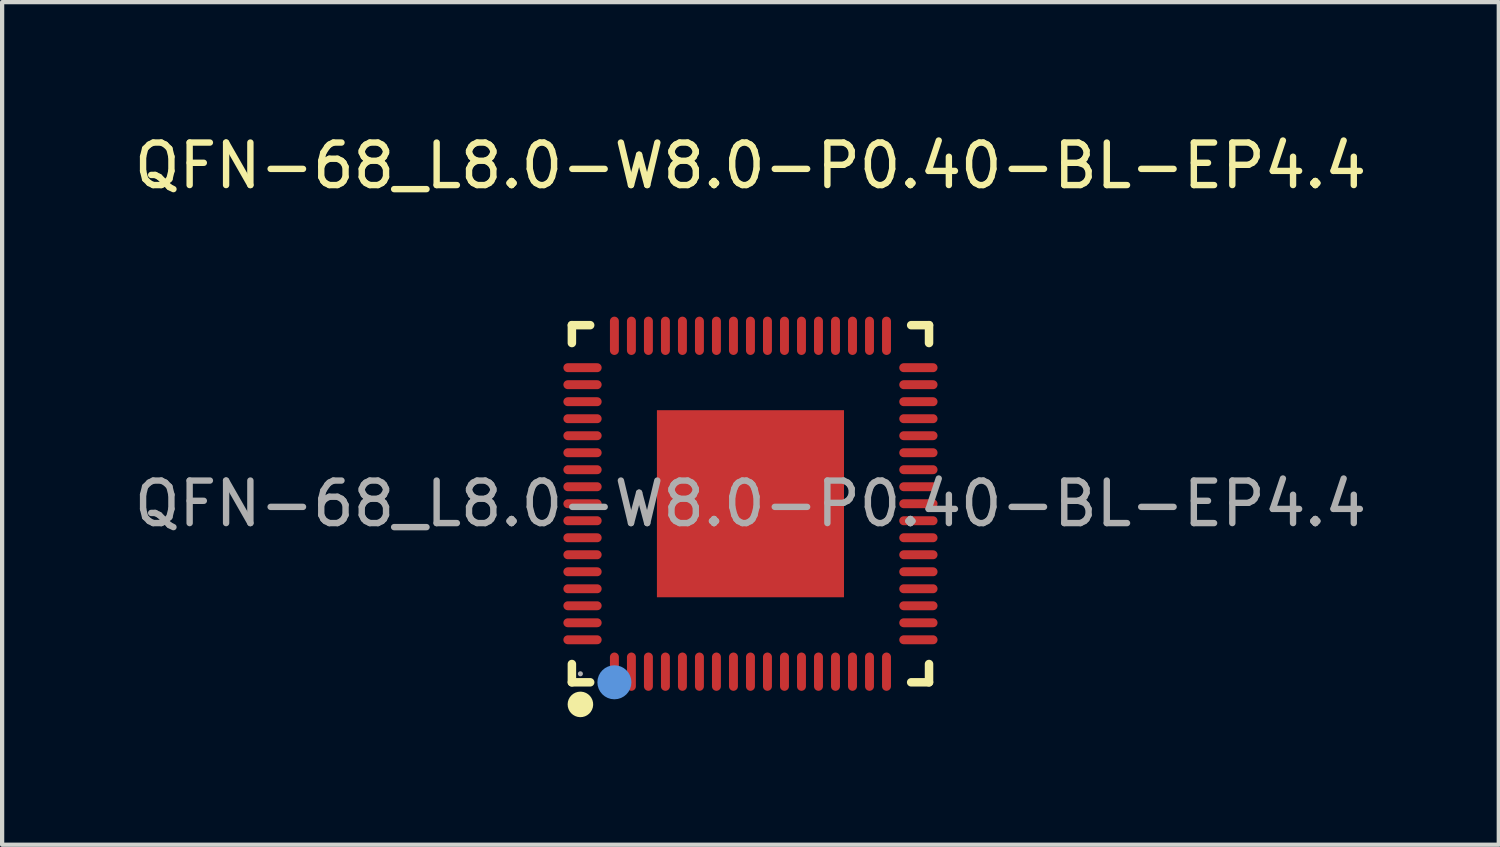
<source format=kicad_pcb>
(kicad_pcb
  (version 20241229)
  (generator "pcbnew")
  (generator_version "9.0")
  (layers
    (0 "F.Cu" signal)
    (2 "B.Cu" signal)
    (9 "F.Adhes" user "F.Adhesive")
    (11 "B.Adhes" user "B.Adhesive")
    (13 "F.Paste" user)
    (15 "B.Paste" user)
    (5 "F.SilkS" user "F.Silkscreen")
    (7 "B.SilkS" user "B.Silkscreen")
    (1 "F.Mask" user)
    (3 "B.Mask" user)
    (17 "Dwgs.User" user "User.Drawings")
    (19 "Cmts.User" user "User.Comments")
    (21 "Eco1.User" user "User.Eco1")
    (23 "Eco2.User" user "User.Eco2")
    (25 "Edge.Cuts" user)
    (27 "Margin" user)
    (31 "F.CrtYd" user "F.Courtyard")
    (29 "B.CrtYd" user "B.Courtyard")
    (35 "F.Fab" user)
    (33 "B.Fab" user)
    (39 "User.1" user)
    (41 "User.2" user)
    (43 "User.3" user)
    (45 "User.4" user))
  (footprint "QFN-68_L8.0-W8.0-P0.40-BL-EP4.4"
    (layer "F.Cu")
    (at 14.601 8.798)
    (property "Reference" "QFN-68_L8.0-W8.0-P0.40-BL-EP4.4" (at 0 -7.95 0) (layer "F.SilkS") (effects (font (size 1 1) (thickness 0.15))))
    (attr smd)
    (fp_line (start -4.2 -4.2) (end -4.2 -3.78) (stroke (width 0.2) (type solid)) (layer "F.SilkS"))
    (fp_line (start -4.2 4.2) (end -4.2 3.77) (stroke (width 0.2) (type solid)) (layer "F.SilkS"))
    (fp_line (start -3.77 -4.2) (end -4.2 -4.2) (stroke (width 0.2) (type solid)) (layer "F.SilkS"))
    (fp_line (start -3.77 4.2) (end -4.2 4.2) (stroke (width 0.2) (type solid)) (layer "F.SilkS"))
    (fp_line (start 3.78 4.2) (end 4.2 4.2) (stroke (width 0.2) (type solid)) (layer "F.SilkS"))
    (fp_line (start 4.2 -4.2) (end 3.78 -4.2) (stroke (width 0.2) (type solid)) (layer "F.SilkS"))
    (fp_line (start 4.2 -3.78) (end 4.2 -4.2) (stroke (width 0.2) (type solid)) (layer "F.SilkS"))
    (fp_line (start 4.2 4.2) (end 4.2 3.77) (stroke (width 0.2) (type solid)) (layer "F.SilkS"))
    (fp_arc (start -3.99 4.57) (mid -4.004995 4.87025) (end -4.000016 4.569667) (stroke (width 0.3) (type solid)) (layer "F.SilkS"))
    (fp_circle (center -3.2 4.2) (end -3 4.2) (stroke (width 0.4) (type solid)) (fill no) (layer "Cmts.User"))
    (fp_circle (center -4 4) (end -3.97 4) (stroke (width 0.06) (type solid)) (fill no) (layer "F.Fab"))
    (fp_text user "${REFERENCE}" (at 0 0 0) (layer "F.Fab") (effects (font (size 1 1) (thickness 0.15))))
    (pad "1" smd oval (at -3.2 3.95) (size 0.21 0.9) (layers "F.Cu" "F.Mask" "F.Paste"))
    (pad "2" smd oval (at -2.8 3.95) (size 0.21 0.9) (layers "F.Cu" "F.Mask" "F.Paste"))
    (pad "3" smd oval (at -2.4 3.95) (size 0.21 0.9) (layers "F.Cu" "F.Mask" "F.Paste"))
    (pad "4" smd oval (at -2 3.95) (size 0.21 0.9) (layers "F.Cu" "F.Mask" "F.Paste"))
    (pad "5" smd oval (at -1.6 3.95) (size 0.21 0.9) (layers "F.Cu" "F.Mask" "F.Paste"))
    (pad "6" smd oval (at -1.2 3.95) (size 0.21 0.9) (layers "F.Cu" "F.Mask" "F.Paste"))
    (pad "7" smd oval (at -0.8 3.95) (size 0.21 0.9) (layers "F.Cu" "F.Mask" "F.Paste"))
    (pad "8" smd oval (at -0.4 3.95) (size 0.21 0.9) (layers "F.Cu" "F.Mask" "F.Paste"))
    (pad "9" smd oval (at 0 3.95) (size 0.21 0.9) (layers "F.Cu" "F.Mask" "F.Paste"))
    (pad "10" smd oval (at 0.4 3.95) (size 0.21 0.9) (layers "F.Cu" "F.Mask" "F.Paste"))
    (pad "11" smd oval (at 0.8 3.95) (size 0.21 0.9) (layers "F.Cu" "F.Mask" "F.Paste"))
    (pad "12" smd oval (at 1.2 3.95) (size 0.21 0.9) (layers "F.Cu" "F.Mask" "F.Paste"))
    (pad "13" smd oval (at 1.6 3.95) (size 0.21 0.9) (layers "F.Cu" "F.Mask" "F.Paste"))
    (pad "14" smd oval (at 2 3.95) (size 0.21 0.9) (layers "F.Cu" "F.Mask" "F.Paste"))
    (pad "15" smd oval (at 2.4 3.95) (size 0.21 0.9) (layers "F.Cu" "F.Mask" "F.Paste"))
    (pad "16" smd oval (at 2.8 3.95) (size 0.21 0.9) (layers "F.Cu" "F.Mask" "F.Paste"))
    (pad "17" smd oval (at 3.2 3.95) (size 0.21 0.9) (layers "F.Cu" "F.Mask" "F.Paste"))
    (pad "18" smd oval (at 3.95 3.2 90) (size 0.21 0.9) (layers "F.Cu" "F.Mask" "F.Paste"))
    (pad "19" smd oval (at 3.95 2.8 90) (size 0.21 0.9) (layers "F.Cu" "F.Mask" "F.Paste"))
    (pad "20" smd oval (at 3.95 2.4 90) (size 0.21 0.9) (layers "F.Cu" "F.Mask" "F.Paste"))
    (pad "21" smd oval (at 3.95 2 90) (size 0.21 0.9) (layers "F.Cu" "F.Mask" "F.Paste"))
    (pad "22" smd oval (at 3.95 1.6 90) (size 0.21 0.9) (layers "F.Cu" "F.Mask" "F.Paste"))
    (pad "23" smd oval (at 3.95 1.2 90) (size 0.21 0.9) (layers "F.Cu" "F.Mask" "F.Paste"))
    (pad "24" smd oval (at 3.95 0.8 90) (size 0.21 0.9) (layers "F.Cu" "F.Mask" "F.Paste"))
    (pad "25" smd oval (at 3.95 0.4 90) (size 0.21 0.9) (layers "F.Cu" "F.Mask" "F.Paste"))
    (pad "26" smd oval (at 3.95 0 90) (size 0.21 0.9) (layers "F.Cu" "F.Mask" "F.Paste"))
    (pad "27" smd oval (at 3.95 -0.4 90) (size 0.21 0.9) (layers "F.Cu" "F.Mask" "F.Paste"))
    (pad "28" smd oval (at 3.95 -0.8 90) (size 0.21 0.9) (layers "F.Cu" "F.Mask" "F.Paste"))
    (pad "29" smd oval (at 3.95 -1.2 90) (size 0.21 0.9) (layers "F.Cu" "F.Mask" "F.Paste"))
    (pad "30" smd oval (at 3.95 -1.6 90) (size 0.21 0.9) (layers "F.Cu" "F.Mask" "F.Paste"))
    (pad "31" smd oval (at 3.95 -2 90) (size 0.21 0.9) (layers "F.Cu" "F.Mask" "F.Paste"))
    (pad "32" smd oval (at 3.95 -2.4 90) (size 0.21 0.9) (layers "F.Cu" "F.Mask" "F.Paste"))
    (pad "33" smd oval (at 3.95 -2.8 90) (size 0.21 0.9) (layers "F.Cu" "F.Mask" "F.Paste"))
    (pad "34" smd oval (at 3.95 -3.2 90) (size 0.21 0.9) (layers "F.Cu" "F.Mask" "F.Paste"))
    (pad "35" smd oval (at 3.2 -3.95 180) (size 0.21 0.9) (layers "F.Cu" "F.Mask" "F.Paste"))
    (pad "36" smd oval (at 2.8 -3.95 180) (size 0.21 0.9) (layers "F.Cu" "F.Mask" "F.Paste"))
    (pad "37" smd oval (at 2.4 -3.95 180) (size 0.21 0.9) (layers "F.Cu" "F.Mask" "F.Paste"))
    (pad "38" smd oval (at 2 -3.95 180) (size 0.21 0.9) (layers "F.Cu" "F.Mask" "F.Paste"))
    (pad "39" smd oval (at 1.6 -3.95 180) (size 0.21 0.9) (layers "F.Cu" "F.Mask" "F.Paste"))
    (pad "40" smd oval (at 1.2 -3.95 180) (size 0.21 0.9) (layers "F.Cu" "F.Mask" "F.Paste"))
    (pad "41" smd oval (at 0.8 -3.95 180) (size 0.21 0.9) (layers "F.Cu" "F.Mask" "F.Paste"))
    (pad "42" smd oval (at 0.4 -3.95 180) (size 0.21 0.9) (layers "F.Cu" "F.Mask" "F.Paste"))
    (pad "43" smd oval (at 0 -3.95 180) (size 0.21 0.9) (layers "F.Cu" "F.Mask" "F.Paste"))
    (pad "44" smd oval (at -0.4 -3.95 180) (size 0.21 0.9) (layers "F.Cu" "F.Mask" "F.Paste"))
    (pad "45" smd oval (at -0.8 -3.95 180) (size 0.21 0.9) (layers "F.Cu" "F.Mask" "F.Paste"))
    (pad "46" smd oval (at -1.2 -3.95 180) (size 0.21 0.9) (layers "F.Cu" "F.Mask" "F.Paste"))
    (pad "47" smd oval (at -1.6 -3.95 180) (size 0.21 0.9) (layers "F.Cu" "F.Mask" "F.Paste"))
    (pad "48" smd oval (at -2 -3.95 180) (size 0.21 0.9) (layers "F.Cu" "F.Mask" "F.Paste"))
    (pad "49" smd oval (at -2.4 -3.95 180) (size 0.21 0.9) (layers "F.Cu" "F.Mask" "F.Paste"))
    (pad "50" smd oval (at -2.8 -3.95 180) (size 0.21 0.9) (layers "F.Cu" "F.Mask" "F.Paste"))
    (pad "51" smd oval (at -3.2 -3.95 180) (size 0.21 0.9) (layers "F.Cu" "F.Mask" "F.Paste"))
    (pad "52" smd oval (at -3.95 -3.2 270) (size 0.21 0.9) (layers "F.Cu" "F.Mask" "F.Paste"))
    (pad "53" smd oval (at -3.95 -2.8 270) (size 0.21 0.9) (layers "F.Cu" "F.Mask" "F.Paste"))
    (pad "54" smd oval (at -3.95 -2.4 270) (size 0.21 0.9) (layers "F.Cu" "F.Mask" "F.Paste"))
    (pad "55" smd oval (at -3.95 -2 270) (size 0.21 0.9) (layers "F.Cu" "F.Mask" "F.Paste"))
    (pad "56" smd oval (at -3.95 -1.6 270) (size 0.21 0.9) (layers "F.Cu" "F.Mask" "F.Paste"))
    (pad "57" smd oval (at -3.95 -1.2 270) (size 0.21 0.9) (layers "F.Cu" "F.Mask" "F.Paste"))
    (pad "58" smd oval (at -3.95 -0.8 270) (size 0.21 0.9) (layers "F.Cu" "F.Mask" "F.Paste"))
    (pad "59" smd oval (at -3.95 -0.4 270) (size 0.21 0.9) (layers "F.Cu" "F.Mask" "F.Paste"))
    (pad "60" smd oval (at -3.95 0 270) (size 0.21 0.9) (layers "F.Cu" "F.Mask" "F.Paste"))
    (pad "61" smd oval (at -3.95 0.4 270) (size 0.21 0.9) (layers "F.Cu" "F.Mask" "F.Paste"))
    (pad "62" smd oval (at -3.95 0.8 270) (size 0.21 0.9) (layers "F.Cu" "F.Mask" "F.Paste"))
    (pad "63" smd oval (at -3.95 1.2 270) (size 0.21 0.9) (layers "F.Cu" "F.Mask" "F.Paste"))
    (pad "64" smd oval (at -3.95 1.6 270) (size 0.21 0.9) (layers "F.Cu" "F.Mask" "F.Paste"))
    (pad "65" smd oval (at -3.95 2 270) (size 0.21 0.9) (layers "F.Cu" "F.Mask" "F.Paste"))
    (pad "66" smd oval (at -3.95 2.4 270) (size 0.21 0.9) (layers "F.Cu" "F.Mask" "F.Paste"))
    (pad "67" smd oval (at -3.95 2.8 270) (size 0.21 0.9) (layers "F.Cu" "F.Mask" "F.Paste"))
    (pad "68" smd oval (at -3.95 3.2 270) (size 0.21 0.9) (layers "F.Cu" "F.Mask" "F.Paste"))
    (pad "69" smd rect (at 0 0 90) (size 4.4 4.4) (layers "F.Cu" "F.Mask" "F.Paste")))
  (gr_rect
    (start -3 -3)
    (end 32.202 16.819)
    (stroke (width 0.1) (type default))
    (fill no)
    (layer "Edge.Cuts")))
</source>
